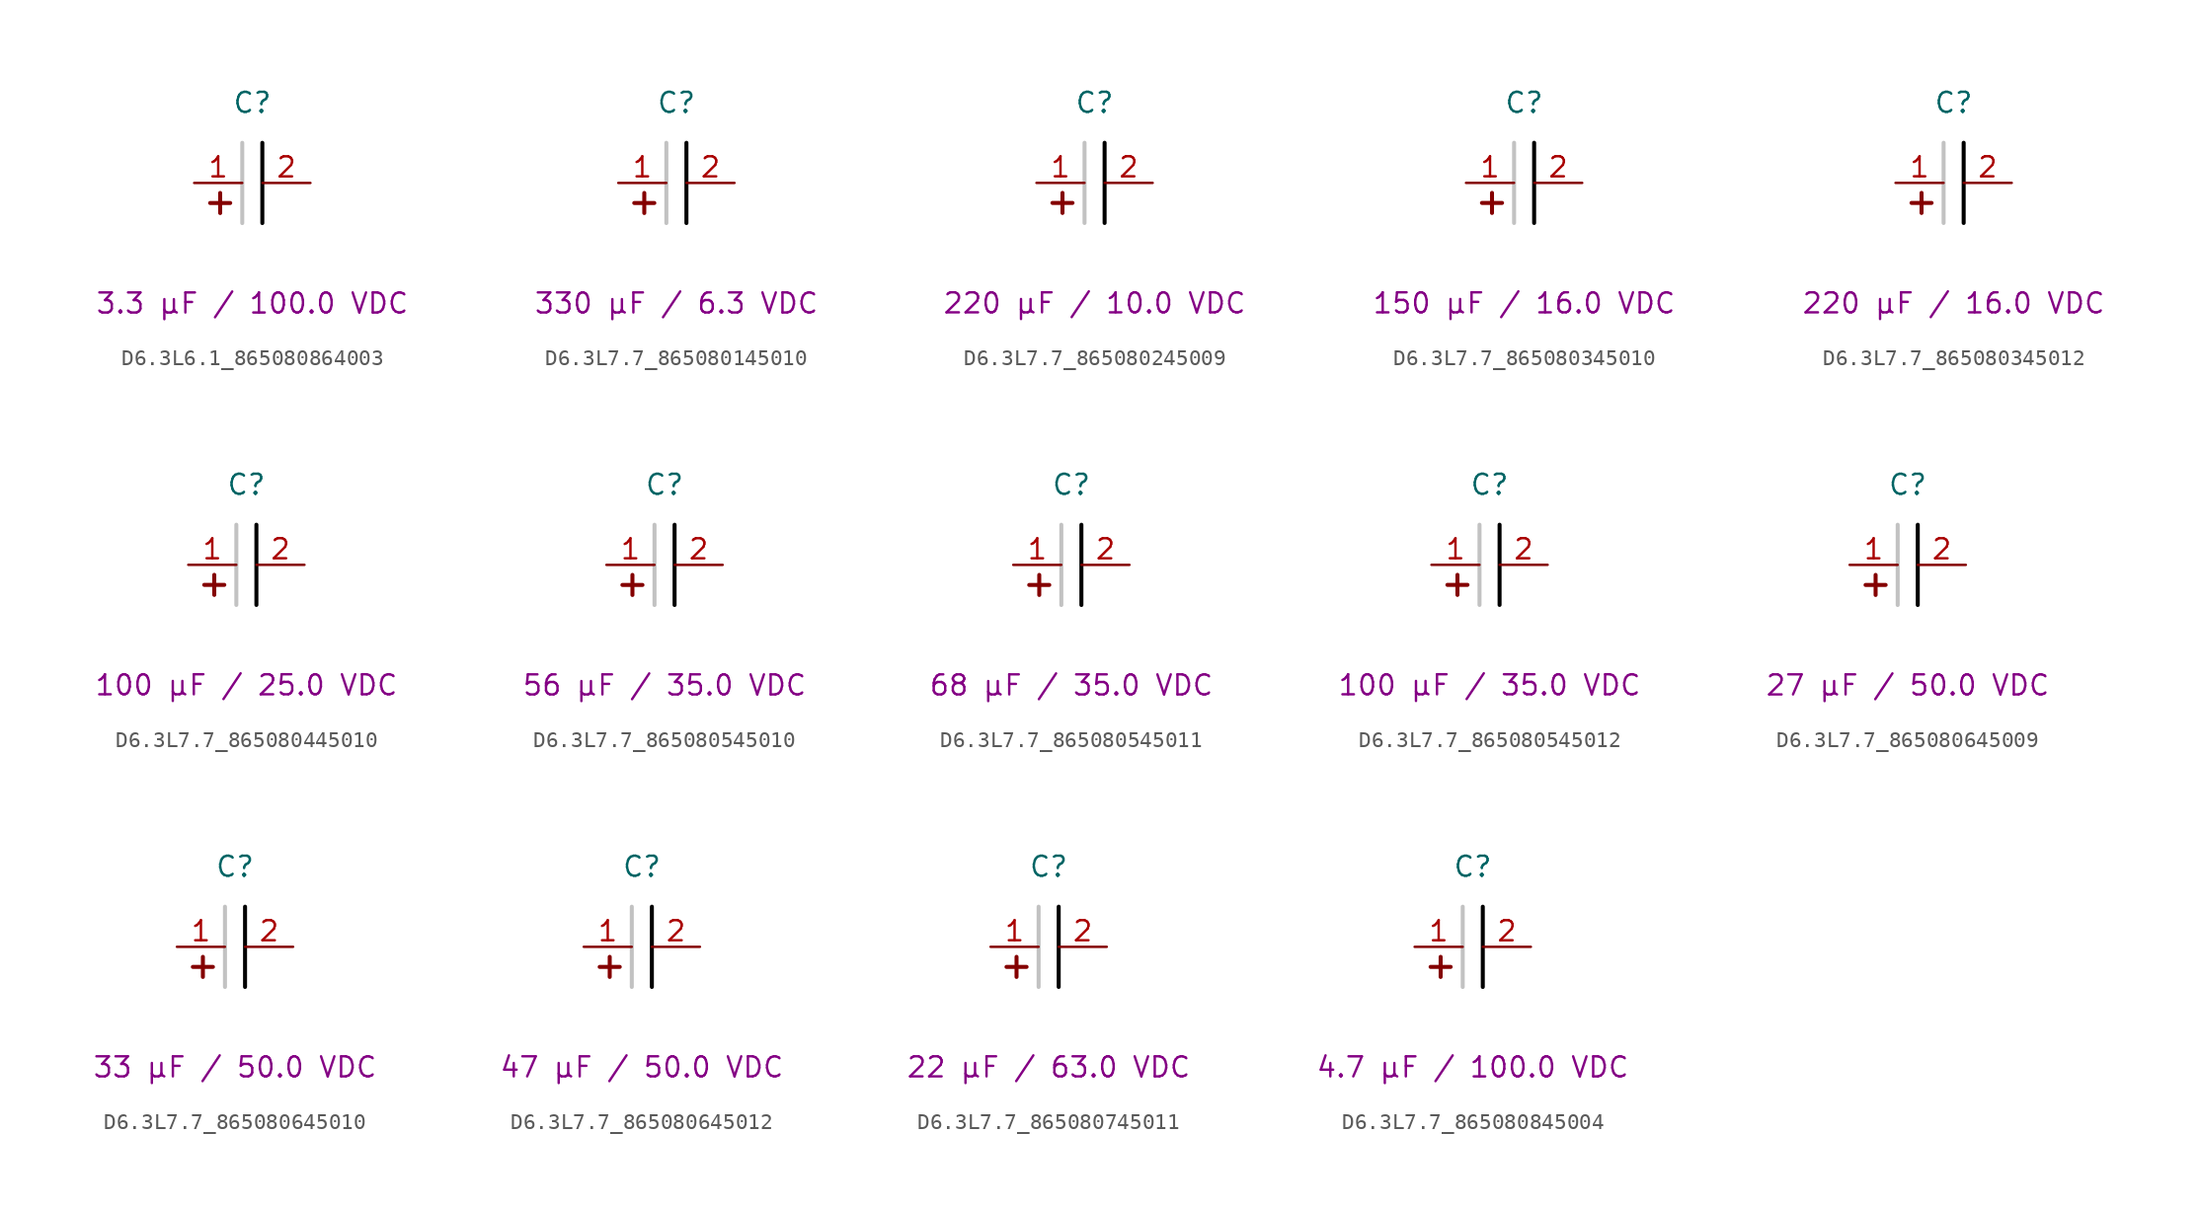
<source format=kicad_sym>
(kicad_symbol_lib
  (version 20220914)
  (generator kicad_symbol_editor)
  (symbol "D6.3L6.1_865080864003"
    (pin_names hide)
    (property "Reference" "C"
      (at 0 5.08 0)
      (effects (font (size 1.27 1.27))))
    (property "Critical Parameter" "3.3 µF / 100.0 VDC"
      (at 0 -7.62 0)
      (effects (font (size 1.27 1.27))))
    (symbol "D6.3L6.1_865080864003_1_1"
      (polyline (pts (xy -2.667 -1.27) (xy -1.397 -1.27)) (stroke (width 0.254) (type default)) (fill (type none)))
      (polyline (pts (xy -2.032 -0.635) (xy -2.032 -1.905)) (stroke (width 0.254) (type default)) (fill (type none)))
      (polyline (pts (xy -0.635 2.54) (xy -0.635 -2.54)) (stroke (width 0.254) (type default) (color 194 194 194 1)) (fill (type none)))
      (polyline (pts (xy 0.635 2.54) (xy 0.635 -2.54)) (stroke (width 0.254) (type default) (color 0 0 0 1)) (fill (type none)))
      (pin passive line (at -3.679 0 0) (length 3.044) (name "1" (effects (font (size 1.27 1.27)))) (number "1" (effects (font (size 1.27 1.27)))))
      (pin passive line (at 3.679 0 180) (length 3.044) (name "2" (effects (font (size 1.27 1.27)))) (number "2" (effects (font (size 1.27 1.27)))))))
  (symbol "D6.3L7.7_865080145010"
    (pin_names hide)
    (property "Reference" "C"
      (at 0 5.08 0)
      (effects (font (size 1.27 1.27))))
    (property "Critical Parameter" "330 µF / 6.3 VDC"
      (at 0 -7.62 0)
      (effects (font (size 1.27 1.27))))
    (symbol "D6.3L7.7_865080145010_1_1"
      (polyline (pts (xy -2.667 -1.27) (xy -1.397 -1.27)) (stroke (width 0.254) (type default)) (fill (type none)))
      (polyline (pts (xy -2.032 -0.635) (xy -2.032 -1.905)) (stroke (width 0.254) (type default)) (fill (type none)))
      (polyline (pts (xy -0.635 2.54) (xy -0.635 -2.54)) (stroke (width 0.254) (type default) (color 194 194 194 1)) (fill (type none)))
      (polyline (pts (xy 0.635 2.54) (xy 0.635 -2.54)) (stroke (width 0.254) (type default) (color 0 0 0 1)) (fill (type none)))
      (pin passive line (at -3.679 0 0) (length 3.044) (name "1" (effects (font (size 1.27 1.27)))) (number "1" (effects (font (size 1.27 1.27)))))
      (pin passive line (at 3.679 0 180) (length 3.044) (name "2" (effects (font (size 1.27 1.27)))) (number "2" (effects (font (size 1.27 1.27)))))))
  (symbol "D6.3L7.7_865080245009"
    (pin_names hide)
    (property "Reference" "C"
      (at 0 5.08 0)
      (effects (font (size 1.27 1.27))))
    (property "Critical Parameter" "220 µF / 10.0 VDC"
      (at 0 -7.62 0)
      (effects (font (size 1.27 1.27))))
    (symbol "D6.3L7.7_865080245009_1_1"
      (polyline (pts (xy -2.667 -1.27) (xy -1.397 -1.27)) (stroke (width 0.254) (type default)) (fill (type none)))
      (polyline (pts (xy -2.032 -0.635) (xy -2.032 -1.905)) (stroke (width 0.254) (type default)) (fill (type none)))
      (polyline (pts (xy -0.635 2.54) (xy -0.635 -2.54)) (stroke (width 0.254) (type default) (color 194 194 194 1)) (fill (type none)))
      (polyline (pts (xy 0.635 2.54) (xy 0.635 -2.54)) (stroke (width 0.254) (type default) (color 0 0 0 1)) (fill (type none)))
      (pin passive line (at -3.679 0 0) (length 3.044) (name "1" (effects (font (size 1.27 1.27)))) (number "1" (effects (font (size 1.27 1.27)))))
      (pin passive line (at 3.679 0 180) (length 3.044) (name "2" (effects (font (size 1.27 1.27)))) (number "2" (effects (font (size 1.27 1.27)))))))
  (symbol "D6.3L7.7_865080345010"
    (pin_names hide)
    (property "Reference" "C"
      (at 0 5.08 0)
      (effects (font (size 1.27 1.27))))
    (property "Critical Parameter" "150 µF / 16.0 VDC"
      (at 0 -7.62 0)
      (effects (font (size 1.27 1.27))))
    (symbol "D6.3L7.7_865080345010_1_1"
      (polyline (pts (xy -2.667 -1.27) (xy -1.397 -1.27)) (stroke (width 0.254) (type default)) (fill (type none)))
      (polyline (pts (xy -2.032 -0.635) (xy -2.032 -1.905)) (stroke (width 0.254) (type default)) (fill (type none)))
      (polyline (pts (xy -0.635 2.54) (xy -0.635 -2.54)) (stroke (width 0.254) (type default) (color 194 194 194 1)) (fill (type none)))
      (polyline (pts (xy 0.635 2.54) (xy 0.635 -2.54)) (stroke (width 0.254) (type default) (color 0 0 0 1)) (fill (type none)))
      (pin passive line (at -3.679 0 0) (length 3.044) (name "1" (effects (font (size 1.27 1.27)))) (number "1" (effects (font (size 1.27 1.27)))))
      (pin passive line (at 3.679 0 180) (length 3.044) (name "2" (effects (font (size 1.27 1.27)))) (number "2" (effects (font (size 1.27 1.27)))))))
  (symbol "D6.3L7.7_865080345012"
    (pin_names hide)
    (property "Reference" "C"
      (at 0 5.08 0)
      (effects (font (size 1.27 1.27))))
    (property "Critical Parameter" "220 µF / 16.0 VDC"
      (at 0 -7.62 0)
      (effects (font (size 1.27 1.27))))
    (symbol "D6.3L7.7_865080345012_1_1"
      (polyline (pts (xy -2.667 -1.27) (xy -1.397 -1.27)) (stroke (width 0.254) (type default)) (fill (type none)))
      (polyline (pts (xy -2.032 -0.635) (xy -2.032 -1.905)) (stroke (width 0.254) (type default)) (fill (type none)))
      (polyline (pts (xy -0.635 2.54) (xy -0.635 -2.54)) (stroke (width 0.254) (type default) (color 194 194 194 1)) (fill (type none)))
      (polyline (pts (xy 0.635 2.54) (xy 0.635 -2.54)) (stroke (width 0.254) (type default) (color 0 0 0 1)) (fill (type none)))
      (pin passive line (at -3.679 0 0) (length 3.044) (name "1" (effects (font (size 1.27 1.27)))) (number "1" (effects (font (size 1.27 1.27)))))
      (pin passive line (at 3.679 0 180) (length 3.044) (name "2" (effects (font (size 1.27 1.27)))) (number "2" (effects (font (size 1.27 1.27)))))))
  (symbol "D6.3L7.7_865080445010"
    (pin_names hide)
    (property "Reference" "C"
      (at 0 5.08 0)
      (effects (font (size 1.27 1.27))))
    (property "Critical Parameter" "100 µF / 25.0 VDC"
      (at 0 -7.62 0)
      (effects (font (size 1.27 1.27))))
    (symbol "D6.3L7.7_865080445010_1_1"
      (polyline (pts (xy -2.667 -1.27) (xy -1.397 -1.27)) (stroke (width 0.254) (type default)) (fill (type none)))
      (polyline (pts (xy -2.032 -0.635) (xy -2.032 -1.905)) (stroke (width 0.254) (type default)) (fill (type none)))
      (polyline (pts (xy -0.635 2.54) (xy -0.635 -2.54)) (stroke (width 0.254) (type default) (color 194 194 194 1)) (fill (type none)))
      (polyline (pts (xy 0.635 2.54) (xy 0.635 -2.54)) (stroke (width 0.254) (type default) (color 0 0 0 1)) (fill (type none)))
      (pin passive line (at -3.679 0 0) (length 3.044) (name "1" (effects (font (size 1.27 1.27)))) (number "1" (effects (font (size 1.27 1.27)))))
      (pin passive line (at 3.679 0 180) (length 3.044) (name "2" (effects (font (size 1.27 1.27)))) (number "2" (effects (font (size 1.27 1.27)))))))
  (symbol "D6.3L7.7_865080545010"
    (pin_names hide)
    (property "Reference" "C"
      (at 0 5.08 0)
      (effects (font (size 1.27 1.27))))
    (property "Critical Parameter" "56 µF / 35.0 VDC"
      (at 0 -7.62 0)
      (effects (font (size 1.27 1.27))))
    (symbol "D6.3L7.7_865080545010_1_1"
      (polyline (pts (xy -2.667 -1.27) (xy -1.397 -1.27)) (stroke (width 0.254) (type default)) (fill (type none)))
      (polyline (pts (xy -2.032 -0.635) (xy -2.032 -1.905)) (stroke (width 0.254) (type default)) (fill (type none)))
      (polyline (pts (xy -0.635 2.54) (xy -0.635 -2.54)) (stroke (width 0.254) (type default) (color 194 194 194 1)) (fill (type none)))
      (polyline (pts (xy 0.635 2.54) (xy 0.635 -2.54)) (stroke (width 0.254) (type default) (color 0 0 0 1)) (fill (type none)))
      (pin passive line (at -3.679 0 0) (length 3.044) (name "1" (effects (font (size 1.27 1.27)))) (number "1" (effects (font (size 1.27 1.27)))))
      (pin passive line (at 3.679 0 180) (length 3.044) (name "2" (effects (font (size 1.27 1.27)))) (number "2" (effects (font (size 1.27 1.27)))))))
  (symbol "D6.3L7.7_865080545011"
    (pin_names hide)
    (property "Reference" "C"
      (at 0 5.08 0)
      (effects (font (size 1.27 1.27))))
    (property "Critical Parameter" "68 µF / 35.0 VDC"
      (at 0 -7.62 0)
      (effects (font (size 1.27 1.27))))
    (symbol "D6.3L7.7_865080545011_1_1"
      (polyline (pts (xy -2.667 -1.27) (xy -1.397 -1.27)) (stroke (width 0.254) (type default)) (fill (type none)))
      (polyline (pts (xy -2.032 -0.635) (xy -2.032 -1.905)) (stroke (width 0.254) (type default)) (fill (type none)))
      (polyline (pts (xy -0.635 2.54) (xy -0.635 -2.54)) (stroke (width 0.254) (type default) (color 194 194 194 1)) (fill (type none)))
      (polyline (pts (xy 0.635 2.54) (xy 0.635 -2.54)) (stroke (width 0.254) (type default) (color 0 0 0 1)) (fill (type none)))
      (pin passive line (at -3.679 0 0) (length 3.044) (name "1" (effects (font (size 1.27 1.27)))) (number "1" (effects (font (size 1.27 1.27)))))
      (pin passive line (at 3.679 0 180) (length 3.044) (name "2" (effects (font (size 1.27 1.27)))) (number "2" (effects (font (size 1.27 1.27)))))))
  (symbol "D6.3L7.7_865080545012"
    (pin_names hide)
    (property "Reference" "C"
      (at 0 5.08 0)
      (effects (font (size 1.27 1.27))))
    (property "Critical Parameter" "100 µF / 35.0 VDC"
      (at 0 -7.62 0)
      (effects (font (size 1.27 1.27))))
    (symbol "D6.3L7.7_865080545012_1_1"
      (polyline (pts (xy -2.667 -1.27) (xy -1.397 -1.27)) (stroke (width 0.254) (type default)) (fill (type none)))
      (polyline (pts (xy -2.032 -0.635) (xy -2.032 -1.905)) (stroke (width 0.254) (type default)) (fill (type none)))
      (polyline (pts (xy -0.635 2.54) (xy -0.635 -2.54)) (stroke (width 0.254) (type default) (color 194 194 194 1)) (fill (type none)))
      (polyline (pts (xy 0.635 2.54) (xy 0.635 -2.54)) (stroke (width 0.254) (type default) (color 0 0 0 1)) (fill (type none)))
      (pin passive line (at -3.679 0 0) (length 3.044) (name "1" (effects (font (size 1.27 1.27)))) (number "1" (effects (font (size 1.27 1.27)))))
      (pin passive line (at 3.679 0 180) (length 3.044) (name "2" (effects (font (size 1.27 1.27)))) (number "2" (effects (font (size 1.27 1.27)))))))
  (symbol "D6.3L7.7_865080645009"
    (pin_names hide)
    (property "Reference" "C"
      (at 0 5.08 0)
      (effects (font (size 1.27 1.27))))
    (property "Critical Parameter" "27 µF / 50.0 VDC"
      (at 0 -7.62 0)
      (effects (font (size 1.27 1.27))))
    (symbol "D6.3L7.7_865080645009_1_1"
      (polyline (pts (xy -2.667 -1.27) (xy -1.397 -1.27)) (stroke (width 0.254) (type default)) (fill (type none)))
      (polyline (pts (xy -2.032 -0.635) (xy -2.032 -1.905)) (stroke (width 0.254) (type default)) (fill (type none)))
      (polyline (pts (xy -0.635 2.54) (xy -0.635 -2.54)) (stroke (width 0.254) (type default) (color 194 194 194 1)) (fill (type none)))
      (polyline (pts (xy 0.635 2.54) (xy 0.635 -2.54)) (stroke (width 0.254) (type default) (color 0 0 0 1)) (fill (type none)))
      (pin passive line (at -3.679 0 0) (length 3.044) (name "1" (effects (font (size 1.27 1.27)))) (number "1" (effects (font (size 1.27 1.27)))))
      (pin passive line (at 3.679 0 180) (length 3.044) (name "2" (effects (font (size 1.27 1.27)))) (number "2" (effects (font (size 1.27 1.27)))))))
  (symbol "D6.3L7.7_865080645010"
    (pin_names hide)
    (property "Reference" "C"
      (at 0 5.08 0)
      (effects (font (size 1.27 1.27))))
    (property "Critical Parameter" "33 µF / 50.0 VDC"
      (at 0 -7.62 0)
      (effects (font (size 1.27 1.27))))
    (symbol "D6.3L7.7_865080645010_1_1"
      (polyline (pts (xy -2.667 -1.27) (xy -1.397 -1.27)) (stroke (width 0.254) (type default)) (fill (type none)))
      (polyline (pts (xy -2.032 -0.635) (xy -2.032 -1.905)) (stroke (width 0.254) (type default)) (fill (type none)))
      (polyline (pts (xy -0.635 2.54) (xy -0.635 -2.54)) (stroke (width 0.254) (type default) (color 194 194 194 1)) (fill (type none)))
      (polyline (pts (xy 0.635 2.54) (xy 0.635 -2.54)) (stroke (width 0.254) (type default) (color 0 0 0 1)) (fill (type none)))
      (pin passive line (at -3.679 0 0) (length 3.044) (name "1" (effects (font (size 1.27 1.27)))) (number "1" (effects (font (size 1.27 1.27)))))
      (pin passive line (at 3.679 0 180) (length 3.044) (name "2" (effects (font (size 1.27 1.27)))) (number "2" (effects (font (size 1.27 1.27)))))))
  (symbol "D6.3L7.7_865080645012"
    (pin_names hide)
    (property "Reference" "C"
      (at 0 5.08 0)
      (effects (font (size 1.27 1.27))))
    (property "Critical Parameter" "47 µF / 50.0 VDC"
      (at 0 -7.62 0)
      (effects (font (size 1.27 1.27))))
    (symbol "D6.3L7.7_865080645012_1_1"
      (polyline (pts (xy -2.667 -1.27) (xy -1.397 -1.27)) (stroke (width 0.254) (type default)) (fill (type none)))
      (polyline (pts (xy -2.032 -0.635) (xy -2.032 -1.905)) (stroke (width 0.254) (type default)) (fill (type none)))
      (polyline (pts (xy -0.635 2.54) (xy -0.635 -2.54)) (stroke (width 0.254) (type default) (color 194 194 194 1)) (fill (type none)))
      (polyline (pts (xy 0.635 2.54) (xy 0.635 -2.54)) (stroke (width 0.254) (type default) (color 0 0 0 1)) (fill (type none)))
      (pin passive line (at -3.679 0 0) (length 3.044) (name "1" (effects (font (size 1.27 1.27)))) (number "1" (effects (font (size 1.27 1.27)))))
      (pin passive line (at 3.679 0 180) (length 3.044) (name "2" (effects (font (size 1.27 1.27)))) (number "2" (effects (font (size 1.27 1.27)))))))
  (symbol "D6.3L7.7_865080745011"
    (pin_names hide)
    (property "Reference" "C"
      (at 0 5.08 0)
      (effects (font (size 1.27 1.27))))
    (property "Critical Parameter" "22 µF / 63.0 VDC"
      (at 0 -7.62 0)
      (effects (font (size 1.27 1.27))))
    (symbol "D6.3L7.7_865080745011_1_1"
      (polyline (pts (xy -2.667 -1.27) (xy -1.397 -1.27)) (stroke (width 0.254) (type default)) (fill (type none)))
      (polyline (pts (xy -2.032 -0.635) (xy -2.032 -1.905)) (stroke (width 0.254) (type default)) (fill (type none)))
      (polyline (pts (xy -0.635 2.54) (xy -0.635 -2.54)) (stroke (width 0.254) (type default) (color 194 194 194 1)) (fill (type none)))
      (polyline (pts (xy 0.635 2.54) (xy 0.635 -2.54)) (stroke (width 0.254) (type default) (color 0 0 0 1)) (fill (type none)))
      (pin passive line (at -3.679 0 0) (length 3.044) (name "1" (effects (font (size 1.27 1.27)))) (number "1" (effects (font (size 1.27 1.27)))))
      (pin passive line (at 3.679 0 180) (length 3.044) (name "2" (effects (font (size 1.27 1.27)))) (number "2" (effects (font (size 1.27 1.27)))))))
  (symbol "D6.3L7.7_865080845004"
    (pin_names hide)
    (property "Reference" "C"
      (at 0 5.08 0)
      (effects (font (size 1.27 1.27))))
    (property "Critical Parameter" "4.7 µF / 100.0 VDC"
      (at 0 -7.62 0)
      (effects (font (size 1.27 1.27))))
    (symbol "D6.3L7.7_865080845004_1_1"
      (polyline (pts (xy -2.667 -1.27) (xy -1.397 -1.27)) (stroke (width 0.254) (type default)) (fill (type none)))
      (polyline (pts (xy -2.032 -0.635) (xy -2.032 -1.905)) (stroke (width 0.254) (type default)) (fill (type none)))
      (polyline (pts (xy -0.635 2.54) (xy -0.635 -2.54)) (stroke (width 0.254) (type default) (color 194 194 194 1)) (fill (type none)))
      (polyline (pts (xy 0.635 2.54) (xy 0.635 -2.54)) (stroke (width 0.254) (type default) (color 0 0 0 1)) (fill (type none)))
      (pin passive line (at -3.679 0 0) (length 3.044) (name "1" (effects (font (size 1.27 1.27)))) (number "1" (effects (font (size 1.27 1.27)))))
      (pin passive line (at 3.679 0 180) (length 3.044) (name "2" (effects (font (size 1.27 1.27)))) (number "2" (effects (font (size 1.27 1.27))))))))
</source>
